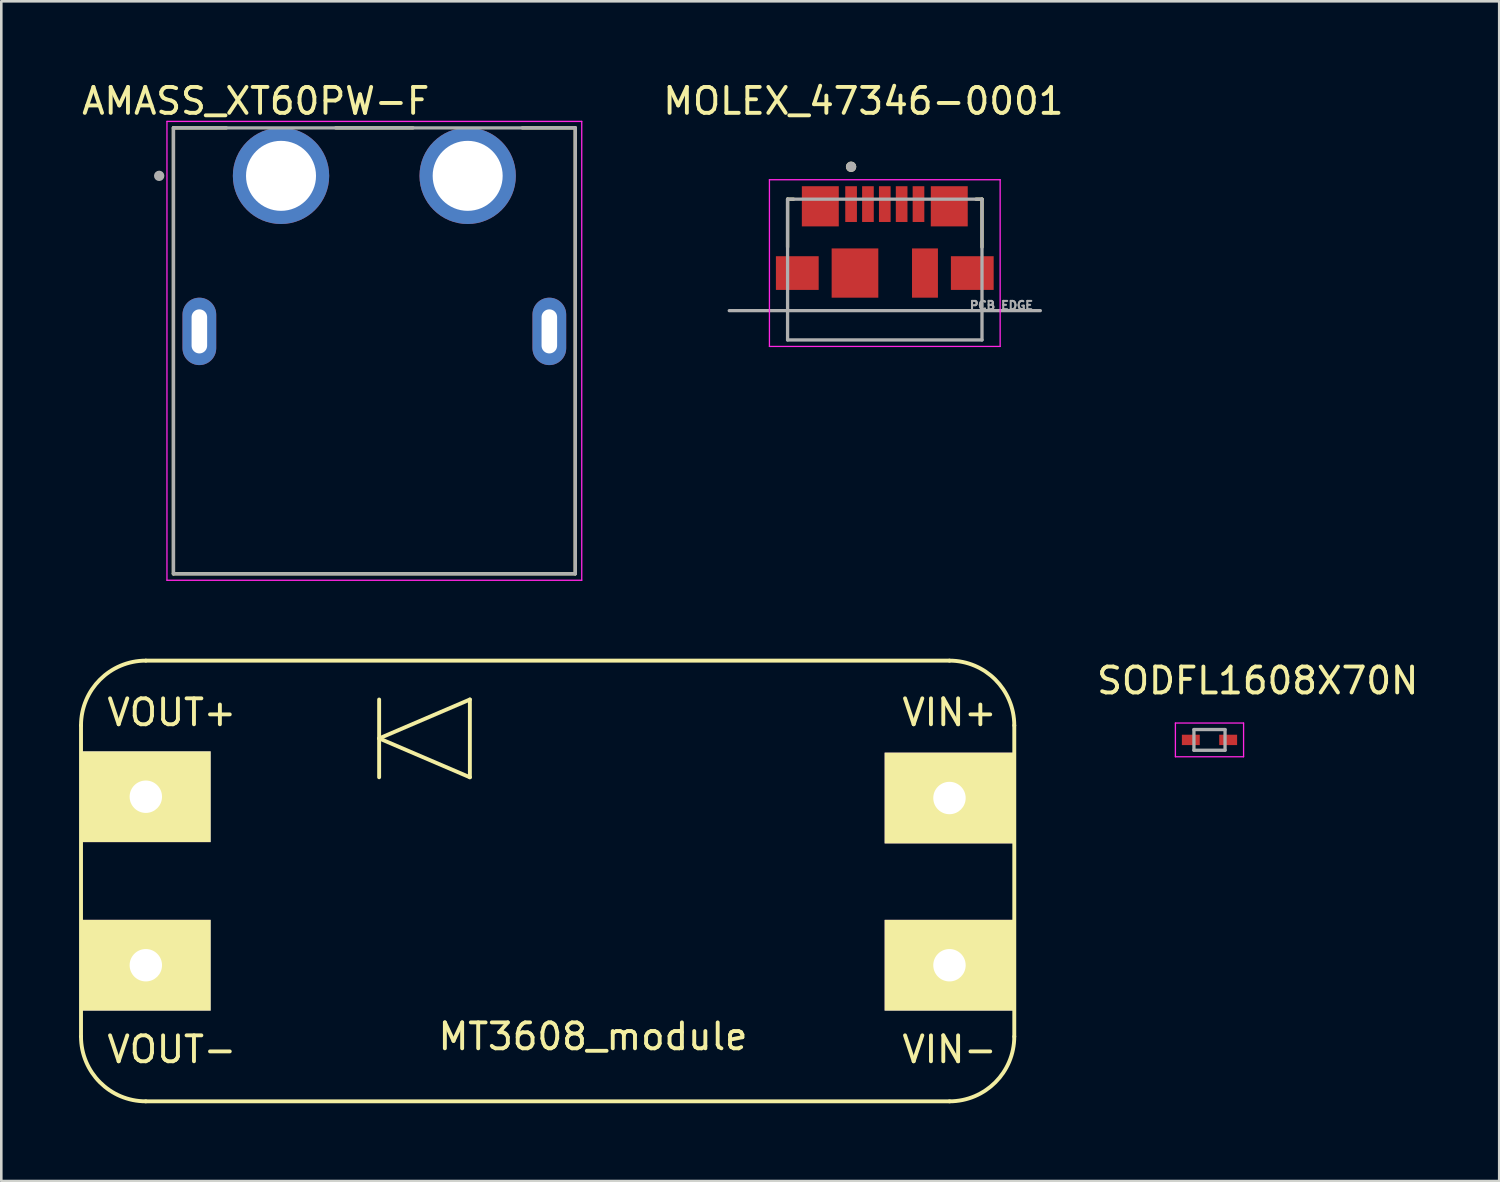
<source format=kicad_pcb>
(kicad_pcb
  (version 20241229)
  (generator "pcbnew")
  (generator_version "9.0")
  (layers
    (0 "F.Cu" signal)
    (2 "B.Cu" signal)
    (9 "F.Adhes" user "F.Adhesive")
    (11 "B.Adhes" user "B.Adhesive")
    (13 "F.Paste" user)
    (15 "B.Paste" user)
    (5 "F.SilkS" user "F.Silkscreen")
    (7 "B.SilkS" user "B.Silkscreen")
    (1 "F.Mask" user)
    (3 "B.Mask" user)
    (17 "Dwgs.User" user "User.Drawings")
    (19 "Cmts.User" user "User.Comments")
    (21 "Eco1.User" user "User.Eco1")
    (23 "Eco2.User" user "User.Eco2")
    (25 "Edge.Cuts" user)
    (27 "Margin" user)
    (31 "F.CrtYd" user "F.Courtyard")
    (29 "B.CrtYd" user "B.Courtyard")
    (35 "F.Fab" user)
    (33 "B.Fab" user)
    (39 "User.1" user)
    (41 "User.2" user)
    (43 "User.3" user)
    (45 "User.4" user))
  (footprint "MT3608_module"
    (layer "F.Cu")
    (at 19.575 30.933)
    (property "Reference" "MT3608_module" (at 0.25 6 180) (layer "F.SilkS") (effects (font (size 1 1) (thickness 0.15))))
    (attr through_hole)
    (fp_line (start -19.5 -6) (end -19.5 6) (stroke (width 0.15) (type solid)) (layer "F.SilkS"))
    (fp_line (start -17 8.5) (end 14 8.5) (stroke (width 0.15) (type solid)) (layer "F.SilkS"))
    (fp_line (start -8 -7) (end -8 -4) (stroke (width 0.15) (type solid)) (layer "F.SilkS"))
    (fp_line (start -8 -5.5) (end -4.5 -7) (stroke (width 0.15) (type solid)) (layer "F.SilkS"))
    (fp_line (start -4.5 -7) (end -4.5 -4) (stroke (width 0.15) (type solid)) (layer "F.SilkS"))
    (fp_line (start -4.5 -4) (end -8 -5.5) (stroke (width 0.15) (type solid)) (layer "F.SilkS"))
    (fp_line (start 14 -8.5) (end -17 -8.5) (stroke (width 0.15) (type solid)) (layer "F.SilkS"))
    (fp_line (start 16.5 6) (end 16.5 -6) (stroke (width 0.15) (type solid)) (layer "F.SilkS"))
    (fp_arc (start -19.5 -6) (mid -18.767767 -7.767767) (end -17 -8.5) (stroke (width 0.15) (type solid)) (layer "F.SilkS"))
    (fp_arc (start -17 8.5) (mid -18.767767 7.767767) (end -19.5 6) (stroke (width 0.15) (type solid)) (layer "F.SilkS"))
    (fp_arc (start 14 -8.5) (mid 15.767767 -7.767767) (end 16.5 -6) (stroke (width 0.15) (type solid)) (layer "F.SilkS"))
    (fp_arc (start 16.5 6) (mid 15.767767 7.767767) (end 14 8.5) (stroke (width 0.15) (type solid)) (layer "F.SilkS"))
    (fp_text user "VIN+" (at 14 -6.5 0) (layer "F.SilkS") (effects (font (size 1 1) (thickness 0.15))))
    (fp_text user "VOUT-" (at -16 6.5 0) (layer "F.SilkS") (effects (font (size 1 1) (thickness 0.15))))
    (fp_text user "VOUT+" (at -16 -6.5 0) (layer "F.SilkS") (effects (font (size 1 1) (thickness 0.15))))
    (fp_text user "VIN-" (at 14 6.5 0) (layer "F.SilkS") (effects (font (size 1 1) (thickness 0.15))))
    (pad "1" thru_hole rect (at 14 -3.2 180) (size 5 3.5) (drill 1.25) (layers "*.Cu" "*.Mask" "F.SilkS"))
    (pad "2" thru_hole rect (at 14 3.25 180) (size 5 3.5) (drill 1.25) (layers "*.Cu" "*.Mask" "F.SilkS"))
    (pad "3" thru_hole rect (at -17 3.25 180) (size 5 3.5) (drill 1.25) (layers "*.Cu" "*.Mask" "F.SilkS"))
    (pad "4" thru_hole rect (at -17 -3.25 180) (size 5 3.5) (drill 1.25) (layers "*.Cu" "*.Mask" "F.SilkS")))
  (footprint "MOLEX_47346-0001"
    (layer "F.Cu")
    (at 31.08 7.483)
    (property "Reference" "MOLEX_47346-0001" (at -0.825 -6.635 0) (layer "F.SilkS") (effects (font (size 1 1) (thickness 0.15))))
    (attr smd)
    (fp_line (start -3.75 -2.85) (end -3.75 -1) (stroke (width 0.127) (type solid)) (layer "F.SilkS"))
    (fp_line (start -3.75 -2.85) (end -3.52 -2.85) (stroke (width 0.127) (type solid)) (layer "F.SilkS"))
    (fp_line (start 3.75 -2.85) (end 3.52 -2.85) (stroke (width 0.127) (type solid)) (layer "F.SilkS"))
    (fp_line (start 3.75 -2.85) (end 3.75 -1) (stroke (width 0.127) (type solid)) (layer "F.SilkS"))
    (fp_circle (center -1.3 -4.1) (end -1.2 -4.1) (stroke (width 0.2) (type solid)) (fill no) (layer "F.SilkS"))
    (fp_line (start -4.45 -3.6) (end 4.45 -3.6) (stroke (width 0.05) (type solid)) (layer "F.CrtYd"))
    (fp_line (start -4.45 2.83) (end -4.45 -3.6) (stroke (width 0.05) (type solid)) (layer "F.CrtYd"))
    (fp_line (start 4.45 -3.6) (end 4.45 2.83) (stroke (width 0.05) (type solid)) (layer "F.CrtYd"))
    (fp_line (start 4.45 2.83) (end -4.45 2.83) (stroke (width 0.05) (type solid)) (layer "F.CrtYd"))
    (fp_line (start -6 1.45) (end 6 1.45) (stroke (width 0.127) (type solid)) (layer "F.Fab"))
    (fp_line (start -3.75 -2.85) (end 3.75 -2.85) (stroke (width 0.127) (type solid)) (layer "F.Fab"))
    (fp_line (start -3.75 2.58) (end -3.75 -2.85) (stroke (width 0.127) (type solid)) (layer "F.Fab"))
    (fp_line (start 3.75 -2.85) (end 3.75 2.58) (stroke (width 0.127) (type solid)) (layer "F.Fab"))
    (fp_line (start 3.75 2.58) (end -3.75 2.58) (stroke (width 0.127) (type solid)) (layer "F.Fab"))
    (fp_circle (center -1.3 -4.1) (end -1.2 -4.1) (stroke (width 0.2) (type solid)) (fill no) (layer "F.Fab"))
    (fp_text user "PCB EDGE" (at 4.5 1.25 0) (layer "F.Fab") (effects (font (size 0.32 0.32) (thickness 0.15))))
    (pad "1" smd rect (at -1.3 -2.66) (size 0.45 1.38) (layers "F.Cu" "F.Mask" "F.Paste"))
    (pad "2" smd rect (at -0.65 -2.66) (size 0.45 1.38) (layers "F.Cu" "F.Mask" "F.Paste"))
    (pad "3" smd rect (at 0 -2.66) (size 0.45 1.38) (layers "F.Cu" "F.Mask" "F.Paste"))
    (pad "4" smd rect (at 0.65 -2.66) (size 0.45 1.38) (layers "F.Cu" "F.Mask" "F.Paste"))
    (pad "5" smd rect (at 1.3 -2.66) (size 0.45 1.38) (layers "F.Cu" "F.Mask" "F.Paste"))
    (pad "S1" smd rect (at -2.487 -2.575) (size 1.425 1.55) (layers "F.Cu" "F.Mask" "F.Paste"))
    (pad "S2" smd rect (at 2.487 -2.575) (size 1.425 1.55) (layers "F.Cu" "F.Mask" "F.Paste"))
    (pad "S3" smd rect (at -3.375 0) (size 1.65 1.3) (layers "F.Cu" "F.Mask" "F.Paste"))
    (pad "S4" smd rect (at -1.15 0) (size 1.8 1.9) (layers "F.Cu" "F.Mask" "F.Paste"))
    (pad "S5" smd rect (at 1.55 0) (size 1 1.9) (layers "F.Cu" "F.Mask" "F.Paste"))
    (pad "S6" smd rect (at 3.375 0) (size 1.65 1.3) (layers "F.Cu" "F.Mask" "F.Paste")))
  (footprint "AMASS_XT60PW-F"
    (layer "F.Cu")
    (at 11.39 3.733)
    (property "Reference" "AMASS_XT60PW-F" (at -4.575 -2.885 0) (layer "F.SilkS") (effects (font (size 1 1) (thickness 0.15))))
    (attr through_hole)
    (fp_line (start -7.75 -1.85) (end -5.71 -1.85) (stroke (width 0.127) (type solid)) (layer "F.SilkS"))
    (fp_line (start -7.75 15.35) (end -7.75 -1.85) (stroke (width 0.127) (type solid)) (layer "F.SilkS"))
    (fp_line (start -1.49 -1.85) (end 1.49 -1.85) (stroke (width 0.127) (type solid)) (layer "F.SilkS"))
    (fp_line (start 5.71 -1.85) (end 7.75 -1.85) (stroke (width 0.127) (type solid)) (layer "F.SilkS"))
    (fp_line (start 7.75 -1.85) (end 7.75 15.35) (stroke (width 0.127) (type solid)) (layer "F.SilkS"))
    (fp_line (start 7.75 15.35) (end -7.75 15.35) (stroke (width 0.127) (type solid)) (layer "F.SilkS"))
    (fp_line (start -8 -2.1) (end 8 -2.1) (stroke (width 0.05) (type solid)) (layer "F.CrtYd"))
    (fp_line (start -8 15.6) (end -8 -2.1) (stroke (width 0.05) (type solid)) (layer "F.CrtYd"))
    (fp_line (start 8 -2.1) (end 8 15.6) (stroke (width 0.05) (type solid)) (layer "F.CrtYd"))
    (fp_line (start 8 15.6) (end -8 15.6) (stroke (width 0.05) (type solid)) (layer "F.CrtYd"))
    (fp_line (start -7.75 -1.85) (end 7.75 -1.85) (stroke (width 0.127) (type solid)) (layer "F.Fab"))
    (fp_line (start -7.75 15.35) (end -7.75 -1.85) (stroke (width 0.127) (type solid)) (layer "F.Fab"))
    (fp_line (start 7.75 -1.85) (end 7.75 15.35) (stroke (width 0.127) (type solid)) (layer "F.Fab"))
    (fp_line (start 7.75 15.35) (end -7.75 15.35) (stroke (width 0.127) (type solid)) (layer "F.Fab"))
    (fp_circle (center -8.3 0) (end -8.2 0) (stroke (width 0.2) (type solid)) (fill no) (layer "F.Fab"))
    (pad "1" thru_hole circle (at -3.6 0) (size 3.716 3.716) (drill 2.7) (layers "*.Cu" "*.Mask"))
    (pad "2" thru_hole circle (at 3.6 0) (size 3.716 3.716) (drill 2.7) (layers "*.Cu" "*.Mask"))
    (pad "3" thru_hole oval (at 6.75 6) (size 1.3 2.6) (drill oval 0.6 1.7) (layers "*.Cu" "*.Mask"))
    (pad "4" thru_hole oval (at -6.75 6) (size 1.3 2.6) (drill oval 0.6 1.7) (layers "*.Cu" "*.Mask")))
  (footprint "SODFL1608X70N"
    (layer "F.Cu")
    (at 43.605 25.491)
    (property "Reference" "SODFL1608X70N" (at 1.86 -2.285 0) (layer "F.SilkS") (effects (font (size 1 1) (thickness 0.15))))
    (attr smd)
    (fp_line (start -1.315 -0.65) (end -1.315 0.65) (stroke (width 0.05) (type solid)) (layer "F.CrtYd"))
    (fp_line (start -1.315 0.65) (end 1.315 0.65) (stroke (width 0.05) (type solid)) (layer "F.CrtYd"))
    (fp_line (start 1.315 -0.65) (end -1.315 -0.65) (stroke (width 0.05) (type solid)) (layer "F.CrtYd"))
    (fp_line (start 1.315 0.65) (end 1.315 -0.65) (stroke (width 0.05) (type solid)) (layer "F.CrtYd"))
    (fp_line (start -0.6 -0.4) (end 0.6 -0.4) (stroke (width 0.127) (type solid)) (layer "F.Fab"))
    (fp_line (start -0.6 0.4) (end -0.6 -0.4) (stroke (width 0.127) (type solid)) (layer "F.Fab"))
    (fp_line (start 0.6 -0.4) (end 0.6 0.4) (stroke (width 0.127) (type solid)) (layer "F.Fab"))
    (fp_line (start 0.6 0.4) (end -0.6 0.4) (stroke (width 0.127) (type solid)) (layer "F.Fab"))
    (pad "1" smd rect (at -0.72 0) (size 0.69 0.4) (layers "F.Cu" "F.Mask" "F.Paste"))
    (pad "2" smd rect (at 0.72 0) (size 0.69 0.4) (layers "F.Cu" "F.Mask" "F.Paste")))
  (gr_rect
    (start -3 -3)
    (end 54.781 42.508)
    (stroke (width 0.1) (type default))
    (fill no)
    (layer "Edge.Cuts")))
</source>
